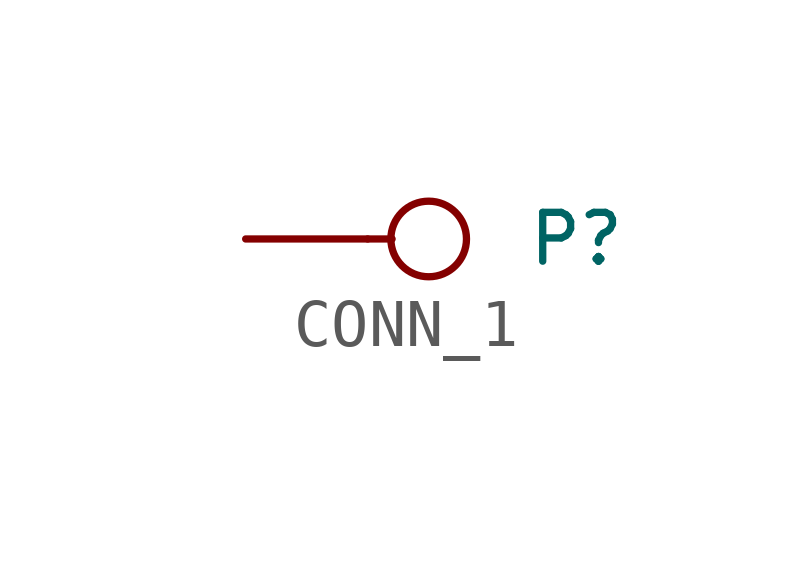
<source format=kicad_sym>
(kicad_symbol_lib
  (version 20201005)
  (generator kicad_symbol_editor)
  (symbol "pic_programmer_schlib:CONN_1"
    (pin_numbers hide)
    (pin_names
      (offset 0.762) hide)
    (property "Reference" "P"
      (at 2.032 0 0)
      (effects (font (size 1.016 1.016)) (justify left)))
    (property "Footprint" ""
      (at 0 0 0)
      (effects (font (size 1.524 1.524))))
    (property "Datasheet" ""
      (at 0 0 0)
      (effects (font (size 1.524 1.524))))
    (symbol "CONN_1_0_1"
      (circle (center 0 0) (radius 0.787) (stroke (width 0)) (fill (type none)))
      (polyline (pts (xy -0.762 0) (xy -1.27 0)) (stroke (width 0)) (fill (type none))))
    (symbol "CONN_1_1_1"
      (pin passive line (at -3.81 0 0) (length 2.54) (name "1" (effects (font (size 1.524 1.524)))) (number "~" (effects (font (size 1.524 1.524))))))))
</source>
